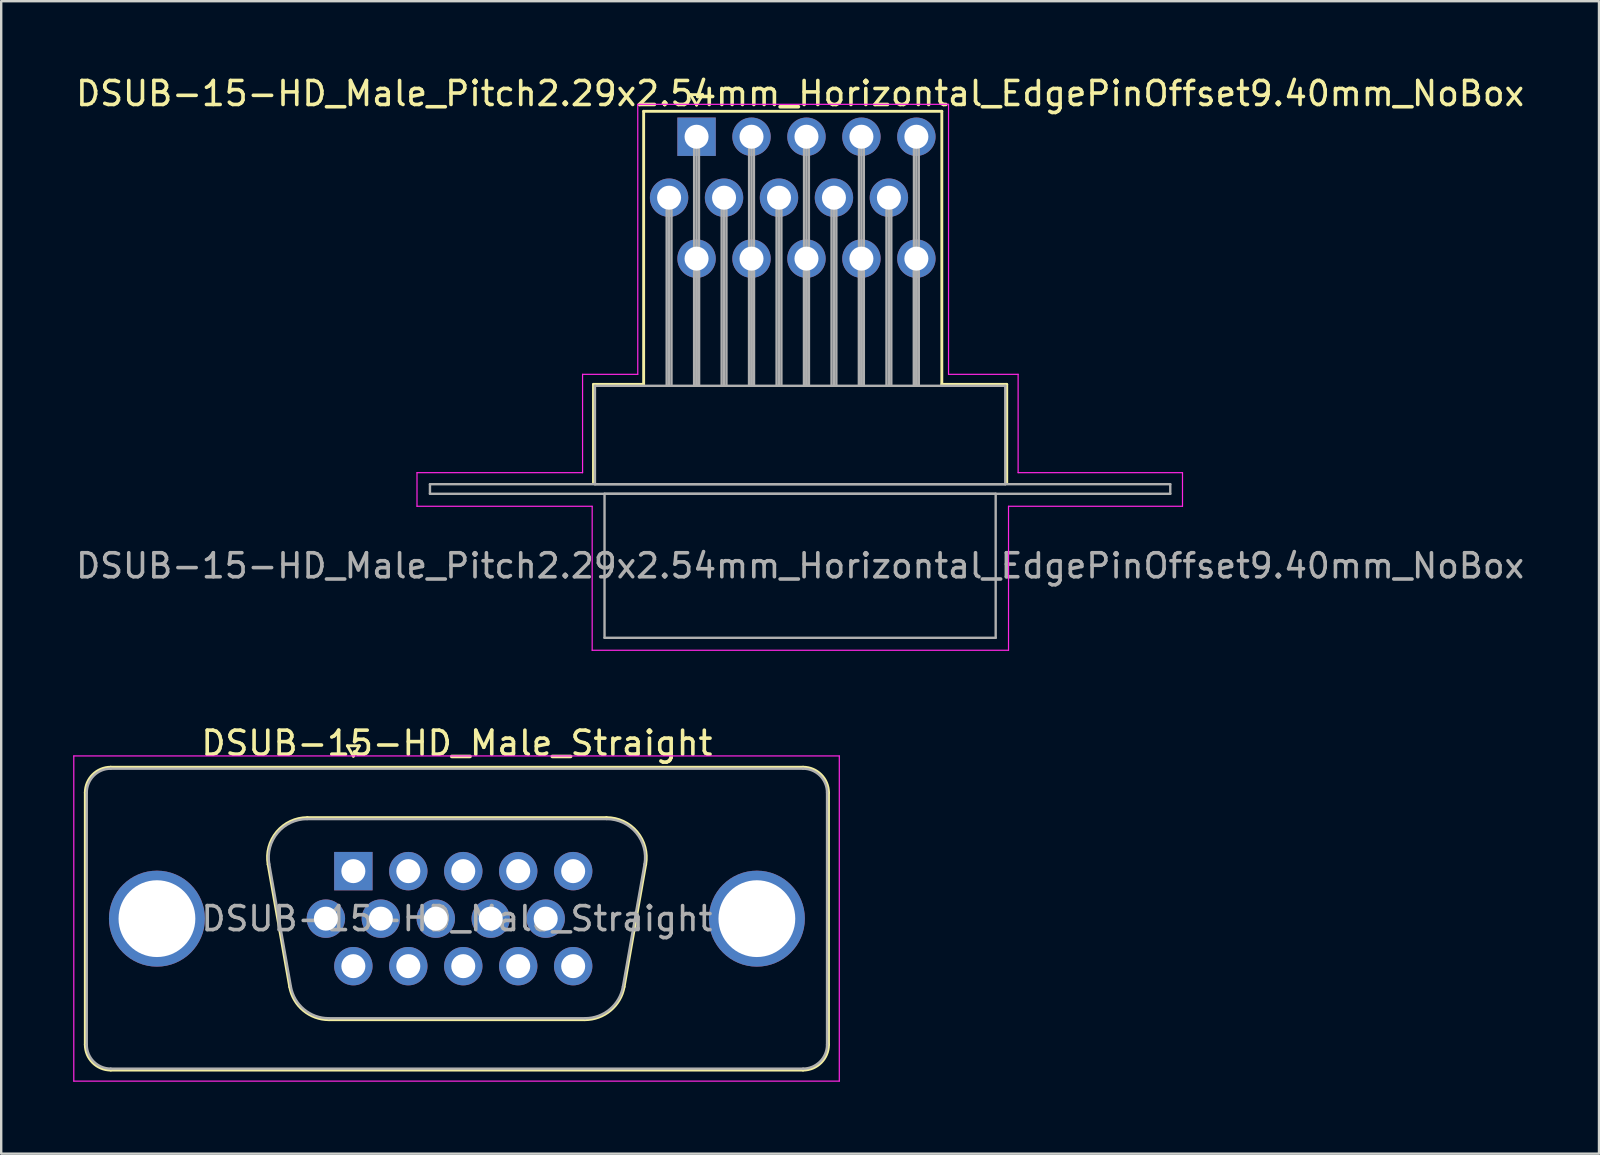
<source format=kicad_pcb>
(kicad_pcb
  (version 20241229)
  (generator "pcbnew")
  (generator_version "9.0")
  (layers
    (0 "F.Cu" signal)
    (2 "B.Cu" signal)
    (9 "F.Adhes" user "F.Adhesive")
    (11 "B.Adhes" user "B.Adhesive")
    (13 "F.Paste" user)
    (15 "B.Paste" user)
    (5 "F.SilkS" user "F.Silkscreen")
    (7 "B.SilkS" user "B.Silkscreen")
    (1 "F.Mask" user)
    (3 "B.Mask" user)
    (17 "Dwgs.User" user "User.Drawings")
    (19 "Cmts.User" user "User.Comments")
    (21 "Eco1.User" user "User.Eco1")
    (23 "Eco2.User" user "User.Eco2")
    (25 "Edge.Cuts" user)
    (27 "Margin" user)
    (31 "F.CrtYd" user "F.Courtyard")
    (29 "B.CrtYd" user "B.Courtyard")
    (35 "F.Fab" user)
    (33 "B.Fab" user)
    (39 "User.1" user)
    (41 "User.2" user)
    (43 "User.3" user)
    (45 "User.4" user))
  (footprint "DSUB-15-HD_Male_Straight"
    (layer "F.Cu")
    (at 11.675 33.252)
    (property "Reference" "DSUB-15-HD_Male_Straight" (at 4.315 -5.33 0) (layer "F.SilkS") (effects (font (size 1 1) (thickness 0.15))))
    (attr through_hole)
    (fp_line (start -11.17 7.23) (end -11.17 -3.27) (stroke (width 0.12) (type solid)) (layer "F.SilkS"))
    (fp_line (start -10.11 -4.33) (end 18.74 -4.33) (stroke (width 0.12) (type solid)) (layer "F.SilkS"))
    (fp_line (start -3.551 -0.282) (end -2.652 4.818) (stroke (width 0.12) (type solid)) (layer "F.SilkS"))
    (fp_line (start -1.917 -2.23) (end 10.547 -2.23) (stroke (width 0.12) (type solid)) (layer "F.SilkS"))
    (fp_line (start -1.017 6.19) (end 9.647 6.19) (stroke (width 0.12) (type solid)) (layer "F.SilkS"))
    (fp_line (start -0.25 -5.224) (end 0.25 -5.224) (stroke (width 0.12) (type solid)) (layer "F.SilkS"))
    (fp_line (start 0 -4.791) (end -0.25 -5.224) (stroke (width 0.12) (type solid)) (layer "F.SilkS"))
    (fp_line (start 0.25 -5.224) (end 0 -4.791) (stroke (width 0.12) (type solid)) (layer "F.SilkS"))
    (fp_line (start 12.181 -0.282) (end 11.282 4.818) (stroke (width 0.12) (type solid)) (layer "F.SilkS"))
    (fp_line (start 18.74 8.29) (end -10.11 8.29) (stroke (width 0.12) (type solid)) (layer "F.SilkS"))
    (fp_line (start 19.8 -3.27) (end 19.8 7.23) (stroke (width 0.12) (type solid)) (layer "F.SilkS"))
    (fp_arc (start -11.17 -3.27) (mid -10.859533 -4.019533) (end -10.11 -4.33) (stroke (width 0.12) (type solid)) (layer "F.SilkS"))
    (fp_arc (start -10.11 8.29) (mid -10.859533 7.979533) (end -11.17 7.23) (stroke (width 0.12) (type solid)) (layer "F.SilkS"))
    (fp_arc (start -3.55147 -0.281744) (mid -3.188323 -1.637028) (end -1.916689 -2.23) (stroke (width 0.12) (type solid)) (layer "F.SilkS"))
    (fp_arc (start -1.017421 6.19) (mid -2.084448 5.801634) (end -2.652202 4.818256) (stroke (width 0.12) (type solid)) (layer "F.SilkS"))
    (fp_arc (start 10.546689 -2.23) (mid 11.818323 -1.637027) (end 12.18147 -0.281744) (stroke (width 0.12) (type solid)) (layer "F.SilkS"))
    (fp_arc (start 11.282202 4.818256) (mid 10.714449 5.801634) (end 9.647421 6.19) (stroke (width 0.12) (type solid)) (layer "F.SilkS"))
    (fp_arc (start 18.74 -4.33) (mid 19.489533 -4.019533) (end 19.8 -3.27) (stroke (width 0.12) (type solid)) (layer "F.SilkS"))
    (fp_arc (start 19.8 7.23) (mid 19.489533 7.979533) (end 18.74 8.29) (stroke (width 0.12) (type solid)) (layer "F.SilkS"))
    (fp_line (start -11.65 -4.8) (end -11.65 8.75) (stroke (width 0.05) (type solid)) (layer "F.CrtYd"))
    (fp_line (start -11.65 8.75) (end 20.25 8.75) (stroke (width 0.05) (type solid)) (layer "F.CrtYd"))
    (fp_line (start 20.25 -4.8) (end -11.65 -4.8) (stroke (width 0.05) (type solid)) (layer "F.CrtYd"))
    (fp_line (start 20.25 8.75) (end 20.25 -4.8) (stroke (width 0.05) (type solid)) (layer "F.CrtYd"))
    (fp_line (start -11.11 7.23) (end -11.11 -3.27) (stroke (width 0.1) (type solid)) (layer "F.Fab"))
    (fp_line (start -10.11 -4.27) (end 18.74 -4.27) (stroke (width 0.1) (type solid)) (layer "F.Fab"))
    (fp_line (start -3.504 -0.292) (end -2.605 4.808) (stroke (width 0.1) (type solid)) (layer "F.Fab"))
    (fp_line (start -1.928 -2.17) (end 10.558 -2.17) (stroke (width 0.1) (type solid)) (layer "F.Fab"))
    (fp_line (start -1.029 6.13) (end 9.659 6.13) (stroke (width 0.1) (type solid)) (layer "F.Fab"))
    (fp_line (start 12.134 -0.292) (end 11.235 4.808) (stroke (width 0.1) (type solid)) (layer "F.Fab"))
    (fp_line (start 18.74 8.23) (end -10.11 8.23) (stroke (width 0.1) (type solid)) (layer "F.Fab"))
    (fp_line (start 19.74 -3.27) (end 19.74 7.23) (stroke (width 0.1) (type solid)) (layer "F.Fab"))
    (fp_arc (start -11.11 -3.27) (mid -10.817107 -3.977107) (end -10.11 -4.27) (stroke (width 0.1) (type solid)) (layer "F.Fab"))
    (fp_arc (start -10.11 8.23) (mid -10.817107 7.937107) (end -11.11 7.23) (stroke (width 0.1) (type solid)) (layer "F.Fab"))
    (fp_arc (start -3.503886 -0.292163) (mid -3.153865 -1.59846) (end -1.928194 -2.17) (stroke (width 0.1) (type solid)) (layer "F.Fab"))
    (fp_arc (start -1.028927 6.13) (mid -2.057387 5.755671) (end -2.604619 4.807837) (stroke (width 0.1) (type solid)) (layer "F.Fab"))
    (fp_arc (start 10.558194 -2.17) (mid 11.783865 -1.59846) (end 12.133886 -0.292163) (stroke (width 0.1) (type solid)) (layer "F.Fab"))
    (fp_arc (start 11.234619 4.807837) (mid 10.687387 5.755671) (end 9.658927 6.13) (stroke (width 0.1) (type solid)) (layer "F.Fab"))
    (fp_arc (start 18.74 -4.27) (mid 19.447107 -3.977107) (end 19.74 -3.27) (stroke (width 0.1) (type solid)) (layer "F.Fab"))
    (fp_arc (start 19.74 7.23) (mid 19.447107 7.937107) (end 18.74 8.23) (stroke (width 0.1) (type solid)) (layer "F.Fab"))
    (fp_text user "${REFERENCE}" (at 4.315 1.98 0) (layer "F.Fab") (effects (font (size 1 1) (thickness 0.15))))
    (pad "0" thru_hole circle (at -8.185 1.98) (size 4 4) (drill 3.2) (layers "*.Cu" "*.Mask"))
    (pad "0" thru_hole circle (at 16.815 1.98) (size 4 4) (drill 3.2) (layers "*.Cu" "*.Mask"))
    (pad "1" thru_hole rect (at 0 0) (size 1.6 1.6) (drill 1) (layers "*.Cu" "*.Mask"))
    (pad "2" thru_hole circle (at 2.29 0) (size 1.6 1.6) (drill 1) (layers "*.Cu" "*.Mask"))
    (pad "3" thru_hole circle (at 4.58 0) (size 1.6 1.6) (drill 1) (layers "*.Cu" "*.Mask"))
    (pad "4" thru_hole circle (at 6.87 0) (size 1.6 1.6) (drill 1) (layers "*.Cu" "*.Mask"))
    (pad "5" thru_hole circle (at 9.16 0) (size 1.6 1.6) (drill 1) (layers "*.Cu" "*.Mask"))
    (pad "6" thru_hole circle (at -1.145 1.98) (size 1.6 1.6) (drill 1) (layers "*.Cu" "*.Mask"))
    (pad "7" thru_hole circle (at 1.145 1.98) (size 1.6 1.6) (drill 1) (layers "*.Cu" "*.Mask"))
    (pad "8" thru_hole circle (at 3.435 1.98) (size 1.6 1.6) (drill 1) (layers "*.Cu" "*.Mask"))
    (pad "9" thru_hole circle (at 5.725 1.98) (size 1.6 1.6) (drill 1) (layers "*.Cu" "*.Mask"))
    (pad "10" thru_hole circle (at 8.015 1.98) (size 1.6 1.6) (drill 1) (layers "*.Cu" "*.Mask"))
    (pad "11" thru_hole circle (at 0 3.96) (size 1.6 1.6) (drill 1) (layers "*.Cu" "*.Mask"))
    (pad "12" thru_hole circle (at 2.29 3.96) (size 1.6 1.6) (drill 1) (layers "*.Cu" "*.Mask"))
    (pad "13" thru_hole circle (at 4.58 3.96) (size 1.6 1.6) (drill 1) (layers "*.Cu" "*.Mask"))
    (pad "14" thru_hole circle (at 6.87 3.96) (size 1.6 1.6) (drill 1) (layers "*.Cu" "*.Mask"))
    (pad "15" thru_hole circle (at 9.16 3.96) (size 1.6 1.6) (drill 1) (layers "*.Cu" "*.Mask")))
  (footprint "DSUB-15-HD_Male_Pitch2.29x2.54mm_Horizontal_EdgePinOffset9.40mm_NoBox"
    (layer "F.Cu")
    (at 25.977 2.648)
    (property "Reference" "DSUB-15-HD_Male_Pitch2.29x2.54mm_Horizontal_EdgePinOffset9.40mm_NoBox" (at 4.315 -1.8 0) (layer "F.SilkS") (effects (font (size 1 1) (thickness 0.15))))
    (attr through_hole)
    (fp_line (start -4.295 10.32) (end -2.205 10.32) (stroke (width 0.12) (type solid)) (layer "F.SilkS"))
    (fp_line (start -4.295 14.42) (end -4.295 10.32) (stroke (width 0.12) (type solid)) (layer "F.SilkS"))
    (fp_line (start -2.205 -1.06) (end 10.22 -1.06) (stroke (width 0.12) (type solid)) (layer "F.SilkS"))
    (fp_line (start -2.205 10.32) (end -2.205 -1.06) (stroke (width 0.12) (type solid)) (layer "F.SilkS"))
    (fp_line (start -0.25 -1.754) (end 0.25 -1.754) (stroke (width 0.12) (type solid)) (layer "F.SilkS"))
    (fp_line (start 0 -1.321) (end -0.25 -1.754) (stroke (width 0.12) (type solid)) (layer "F.SilkS"))
    (fp_line (start 0.25 -1.754) (end 0 -1.321) (stroke (width 0.12) (type solid)) (layer "F.SilkS"))
    (fp_line (start 10.22 -1.06) (end 10.22 10.32) (stroke (width 0.12) (type solid)) (layer "F.SilkS"))
    (fp_line (start 10.22 10.32) (end 12.925 10.32) (stroke (width 0.12) (type solid)) (layer "F.SilkS"))
    (fp_line (start 12.925 10.32) (end 12.925 14.42) (stroke (width 0.12) (type solid)) (layer "F.SilkS"))
    (fp_line (start -11.65 14) (end -4.75 14) (stroke (width 0.05) (type solid)) (layer "F.CrtYd"))
    (fp_line (start -11.65 15.4) (end -11.65 14) (stroke (width 0.05) (type solid)) (layer "F.CrtYd"))
    (fp_line (start -4.75 9.9) (end -2.45 9.9) (stroke (width 0.05) (type solid)) (layer "F.CrtYd"))
    (fp_line (start -4.75 14) (end -4.75 9.9) (stroke (width 0.05) (type solid)) (layer "F.CrtYd"))
    (fp_line (start -4.35 15.4) (end -11.65 15.4) (stroke (width 0.05) (type solid)) (layer "F.CrtYd"))
    (fp_line (start -4.35 21.4) (end -4.35 15.4) (stroke (width 0.05) (type solid)) (layer "F.CrtYd"))
    (fp_line (start -2.45 -1.35) (end 10.5 -1.35) (stroke (width 0.05) (type solid)) (layer "F.CrtYd"))
    (fp_line (start -2.45 9.9) (end -2.45 -1.35) (stroke (width 0.05) (type solid)) (layer "F.CrtYd"))
    (fp_line (start 10.5 -1.35) (end 10.5 9.9) (stroke (width 0.05) (type solid)) (layer "F.CrtYd"))
    (fp_line (start 10.5 9.9) (end 13.4 9.9) (stroke (width 0.05) (type solid)) (layer "F.CrtYd"))
    (fp_line (start 13 15.4) (end 13 21.4) (stroke (width 0.05) (type solid)) (layer "F.CrtYd"))
    (fp_line (start 13 21.4) (end -4.35 21.4) (stroke (width 0.05) (type solid)) (layer "F.CrtYd"))
    (fp_line (start 13.4 9.9) (end 13.4 14) (stroke (width 0.05) (type solid)) (layer "F.CrtYd"))
    (fp_line (start 13.4 14) (end 20.25 14) (stroke (width 0.05) (type solid)) (layer "F.CrtYd"))
    (fp_line (start 20.25 14) (end 20.25 15.4) (stroke (width 0.05) (type solid)) (layer "F.CrtYd"))
    (fp_line (start 20.25 15.4) (end 13 15.4) (stroke (width 0.05) (type solid)) (layer "F.CrtYd"))
    (fp_line (start -11.11 14.48) (end -11.11 14.88) (stroke (width 0.1) (type solid)) (layer "F.Fab"))
    (fp_line (start -11.11 14.88) (end 19.74 14.88) (stroke (width 0.1) (type solid)) (layer "F.Fab"))
    (fp_line (start -4.235 10.38) (end -4.235 14.48) (stroke (width 0.1) (type solid)) (layer "F.Fab"))
    (fp_line (start -4.235 14.48) (end 12.865 14.48) (stroke (width 0.1) (type solid)) (layer "F.Fab"))
    (fp_line (start -3.835 14.88) (end -3.835 20.88) (stroke (width 0.1) (type solid)) (layer "F.Fab"))
    (fp_line (start -3.835 20.88) (end 12.465 20.88) (stroke (width 0.1) (type solid)) (layer "F.Fab"))
    (fp_line (start -1.245 2.54) (end -1.245 10.38) (stroke (width 0.1) (type solid)) (layer "F.Fab"))
    (fp_line (start -1.145 2.54) (end -1.145 10.38) (stroke (width 0.1) (type solid)) (layer "F.Fab"))
    (fp_line (start -1.045 2.54) (end -1.045 10.38) (stroke (width 0.1) (type solid)) (layer "F.Fab"))
    (fp_line (start -0.1 0) (end -0.1 10.38) (stroke (width 0.1) (type solid)) (layer "F.Fab"))
    (fp_line (start -0.1 5.08) (end -0.1 10.38) (stroke (width 0.1) (type solid)) (layer "F.Fab"))
    (fp_line (start 0 0) (end 0 10.38) (stroke (width 0.1) (type solid)) (layer "F.Fab"))
    (fp_line (start 0 5.08) (end 0 10.38) (stroke (width 0.1) (type solid)) (layer "F.Fab"))
    (fp_line (start 0.1 0) (end 0.1 10.38) (stroke (width 0.1) (type solid)) (layer "F.Fab"))
    (fp_line (start 0.1 5.08) (end 0.1 10.38) (stroke (width 0.1) (type solid)) (layer "F.Fab"))
    (fp_line (start 1.045 2.54) (end 1.045 10.38) (stroke (width 0.1) (type solid)) (layer "F.Fab"))
    (fp_line (start 1.145 2.54) (end 1.145 10.38) (stroke (width 0.1) (type solid)) (layer "F.Fab"))
    (fp_line (start 1.245 2.54) (end 1.245 10.38) (stroke (width 0.1) (type solid)) (layer "F.Fab"))
    (fp_line (start 2.19 0) (end 2.19 10.38) (stroke (width 0.1) (type solid)) (layer "F.Fab"))
    (fp_line (start 2.19 5.08) (end 2.19 10.38) (stroke (width 0.1) (type solid)) (layer "F.Fab"))
    (fp_line (start 2.29 0) (end 2.29 10.38) (stroke (width 0.1) (type solid)) (layer "F.Fab"))
    (fp_line (start 2.29 5.08) (end 2.29 10.38) (stroke (width 0.1) (type solid)) (layer "F.Fab"))
    (fp_line (start 2.39 0) (end 2.39 10.38) (stroke (width 0.1) (type solid)) (layer "F.Fab"))
    (fp_line (start 2.39 5.08) (end 2.39 10.38) (stroke (width 0.1) (type solid)) (layer "F.Fab"))
    (fp_line (start 3.335 2.54) (end 3.335 10.38) (stroke (width 0.1) (type solid)) (layer "F.Fab"))
    (fp_line (start 3.435 2.54) (end 3.435 10.38) (stroke (width 0.1) (type solid)) (layer "F.Fab"))
    (fp_line (start 3.535 2.54) (end 3.535 10.38) (stroke (width 0.1) (type solid)) (layer "F.Fab"))
    (fp_line (start 4.48 0) (end 4.48 10.38) (stroke (width 0.1) (type solid)) (layer "F.Fab"))
    (fp_line (start 4.48 5.08) (end 4.48 10.38) (stroke (width 0.1) (type solid)) (layer "F.Fab"))
    (fp_line (start 4.58 0) (end 4.58 10.38) (stroke (width 0.1) (type solid)) (layer "F.Fab"))
    (fp_line (start 4.58 5.08) (end 4.58 10.38) (stroke (width 0.1) (type solid)) (layer "F.Fab"))
    (fp_line (start 4.68 0) (end 4.68 10.38) (stroke (width 0.1) (type solid)) (layer "F.Fab"))
    (fp_line (start 4.68 5.08) (end 4.68 10.38) (stroke (width 0.1) (type solid)) (layer "F.Fab"))
    (fp_line (start 5.625 2.54) (end 5.625 10.38) (stroke (width 0.1) (type solid)) (layer "F.Fab"))
    (fp_line (start 5.725 2.54) (end 5.725 10.38) (stroke (width 0.1) (type solid)) (layer "F.Fab"))
    (fp_line (start 5.825 2.54) (end 5.825 10.38) (stroke (width 0.1) (type solid)) (layer "F.Fab"))
    (fp_line (start 6.77 0) (end 6.77 10.38) (stroke (width 0.1) (type solid)) (layer "F.Fab"))
    (fp_line (start 6.77 5.08) (end 6.77 10.38) (stroke (width 0.1) (type solid)) (layer "F.Fab"))
    (fp_line (start 6.87 0) (end 6.87 10.38) (stroke (width 0.1) (type solid)) (layer "F.Fab"))
    (fp_line (start 6.87 5.08) (end 6.87 10.38) (stroke (width 0.1) (type solid)) (layer "F.Fab"))
    (fp_line (start 6.97 0) (end 6.97 10.38) (stroke (width 0.1) (type solid)) (layer "F.Fab"))
    (fp_line (start 6.97 5.08) (end 6.97 10.38) (stroke (width 0.1) (type solid)) (layer "F.Fab"))
    (fp_line (start 7.915 2.54) (end 7.915 10.38) (stroke (width 0.1) (type solid)) (layer "F.Fab"))
    (fp_line (start 8.015 2.54) (end 8.015 10.38) (stroke (width 0.1) (type solid)) (layer "F.Fab"))
    (fp_line (start 8.115 2.54) (end 8.115 10.38) (stroke (width 0.1) (type solid)) (layer "F.Fab"))
    (fp_line (start 9.06 0) (end 9.06 10.38) (stroke (width 0.1) (type solid)) (layer "F.Fab"))
    (fp_line (start 9.06 5.08) (end 9.06 10.38) (stroke (width 0.1) (type solid)) (layer "F.Fab"))
    (fp_line (start 9.16 0) (end 9.16 10.38) (stroke (width 0.1) (type solid)) (layer "F.Fab"))
    (fp_line (start 9.16 5.08) (end 9.16 10.38) (stroke (width 0.1) (type solid)) (layer "F.Fab"))
    (fp_line (start 9.26 0) (end 9.26 10.38) (stroke (width 0.1) (type solid)) (layer "F.Fab"))
    (fp_line (start 9.26 5.08) (end 9.26 10.38) (stroke (width 0.1) (type solid)) (layer "F.Fab"))
    (fp_line (start 12.465 14.88) (end -3.835 14.88) (stroke (width 0.1) (type solid)) (layer "F.Fab"))
    (fp_line (start 12.465 20.88) (end 12.465 14.88) (stroke (width 0.1) (type solid)) (layer "F.Fab"))
    (fp_line (start 12.865 10.38) (end -4.235 10.38) (stroke (width 0.1) (type solid)) (layer "F.Fab"))
    (fp_line (start 12.865 14.48) (end 12.865 10.38) (stroke (width 0.1) (type solid)) (layer "F.Fab"))
    (fp_line (start 19.74 14.48) (end -11.11 14.48) (stroke (width 0.1) (type solid)) (layer "F.Fab"))
    (fp_line (start 19.74 14.88) (end 19.74 14.48) (stroke (width 0.1) (type solid)) (layer "F.Fab"))
    (fp_text user "${REFERENCE}" (at 4.315 17.88 0) (layer "F.Fab") (effects (font (size 1 1) (thickness 0.15))))
    (pad "1" thru_hole rect (at 0 0) (size 1.6 1.6) (drill 1) (layers "*.Cu" "*.Mask"))
    (pad "2" thru_hole circle (at 2.29 0) (size 1.6 1.6) (drill 1) (layers "*.Cu" "*.Mask"))
    (pad "3" thru_hole circle (at 4.58 0) (size 1.6 1.6) (drill 1) (layers "*.Cu" "*.Mask"))
    (pad "4" thru_hole circle (at 6.87 0) (size 1.6 1.6) (drill 1) (layers "*.Cu" "*.Mask"))
    (pad "5" thru_hole circle (at 9.16 0) (size 1.6 1.6) (drill 1) (layers "*.Cu" "*.Mask"))
    (pad "6" thru_hole circle (at -1.145 2.54) (size 1.6 1.6) (drill 1) (layers "*.Cu" "*.Mask"))
    (pad "7" thru_hole circle (at 1.145 2.54) (size 1.6 1.6) (drill 1) (layers "*.Cu" "*.Mask"))
    (pad "8" thru_hole circle (at 3.435 2.54) (size 1.6 1.6) (drill 1) (layers "*.Cu" "*.Mask"))
    (pad "9" thru_hole circle (at 5.725 2.54) (size 1.6 1.6) (drill 1) (layers "*.Cu" "*.Mask"))
    (pad "10" thru_hole circle (at 8.015 2.54) (size 1.6 1.6) (drill 1) (layers "*.Cu" "*.Mask"))
    (pad "11" thru_hole circle (at 0 5.08) (size 1.6 1.6) (drill 1) (layers "*.Cu" "*.Mask"))
    (pad "12" thru_hole circle (at 2.29 5.08) (size 1.6 1.6) (drill 1) (layers "*.Cu" "*.Mask"))
    (pad "13" thru_hole circle (at 4.58 5.08) (size 1.6 1.6) (drill 1) (layers "*.Cu" "*.Mask"))
    (pad "14" thru_hole circle (at 6.87 5.08) (size 1.6 1.6) (drill 1) (layers "*.Cu" "*.Mask"))
    (pad "15" thru_hole circle (at 9.16 5.08) (size 1.6 1.6) (drill 1) (layers "*.Cu" "*.Mask")))
  (gr_rect
    (start -3 -3)
    (end 63.583 45.026)
    (stroke (width 0.1) (type default))
    (fill no)
    (layer "Edge.Cuts")))
</source>
